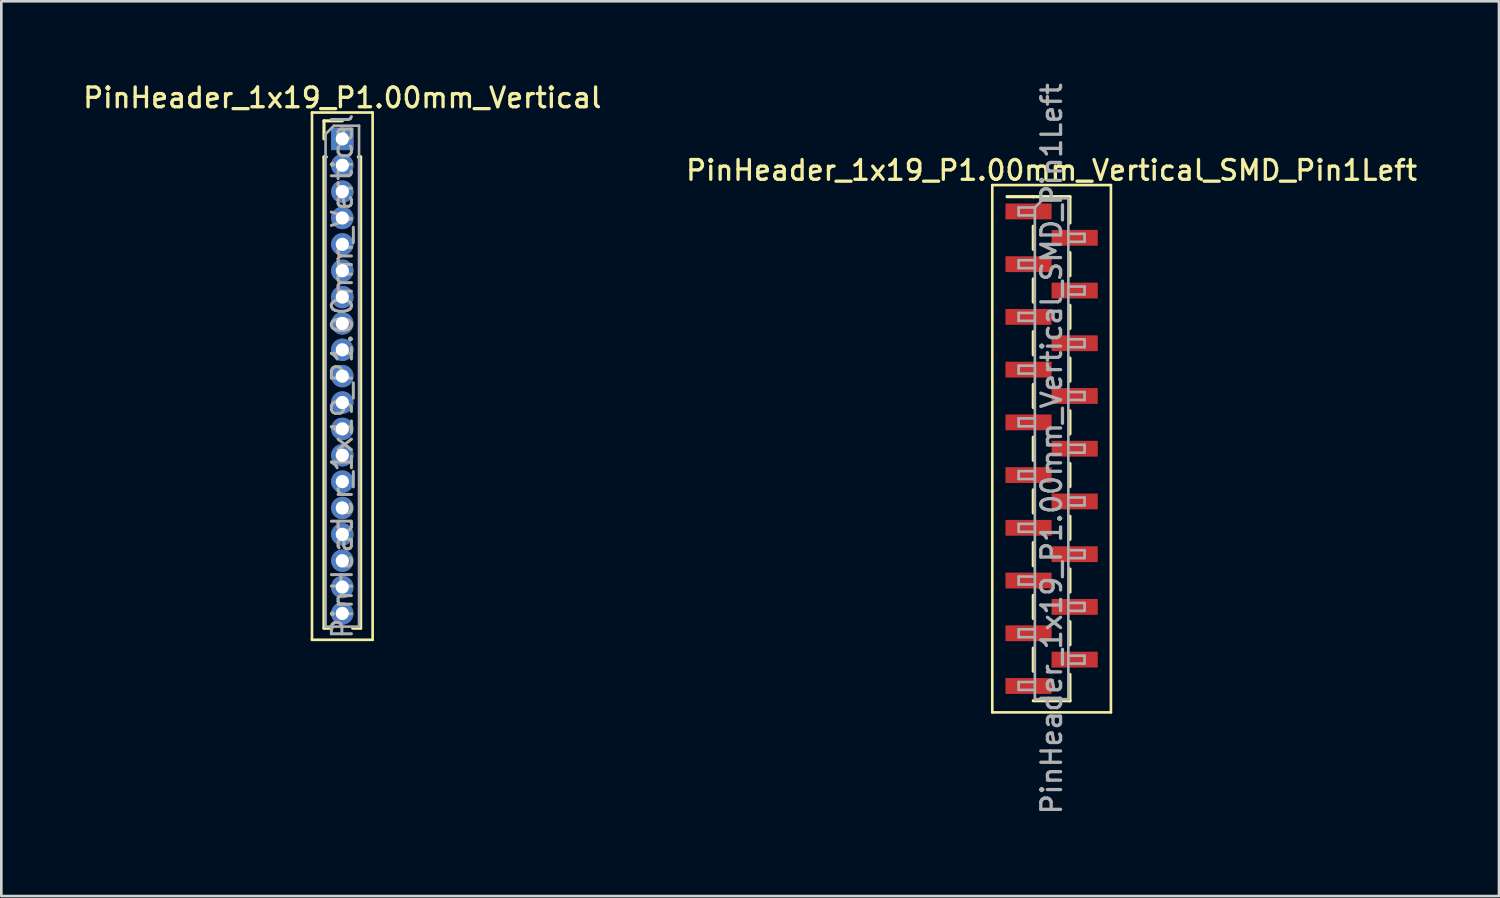
<source format=kicad_pcb>
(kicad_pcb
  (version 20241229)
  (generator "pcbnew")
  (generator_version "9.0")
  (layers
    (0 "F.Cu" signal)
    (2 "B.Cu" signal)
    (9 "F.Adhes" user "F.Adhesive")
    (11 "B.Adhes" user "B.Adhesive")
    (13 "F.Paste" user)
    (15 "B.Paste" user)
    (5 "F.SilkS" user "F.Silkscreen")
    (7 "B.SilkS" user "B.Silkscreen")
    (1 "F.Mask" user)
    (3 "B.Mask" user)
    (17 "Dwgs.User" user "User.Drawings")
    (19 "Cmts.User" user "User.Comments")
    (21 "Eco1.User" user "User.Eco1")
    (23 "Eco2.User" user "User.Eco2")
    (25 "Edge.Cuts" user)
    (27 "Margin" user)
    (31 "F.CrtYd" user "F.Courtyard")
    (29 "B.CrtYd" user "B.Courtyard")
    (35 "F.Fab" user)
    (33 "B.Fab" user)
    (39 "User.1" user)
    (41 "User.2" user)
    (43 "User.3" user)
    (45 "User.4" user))
  (footprint "PinHeader_1x19_P1.00mm_Vertical_SMD_Pin1Left"
    (layer "F.Cu")
    (at 36.838 13.97)
    (property "Reference" "PinHeader_1x19_P1.00mm_Vertical_SMD_Pin1Left" (at 0 -10.56 0) (layer "F.SilkS") (effects (font (size 0.75 0.75) (thickness 0.125))))
    (attr smd)
    (fp_line (start -2.25 -10) (end -2.25 10) (stroke (width 0.1) (type solid)) (layer "F.SilkS"))
    (fp_line (start -2.25 10) (end 2.25 10) (stroke (width 0.1) (type solid)) (layer "F.SilkS"))
    (fp_line (start -0.695 -9.56) (end -1.69 -9.56) (stroke (width 0.12) (type solid)) (layer "F.SilkS"))
    (fp_line (start -0.695 -9.56) (end -0.695 -9.56) (stroke (width 0.12) (type solid)) (layer "F.SilkS"))
    (fp_line (start -0.695 -9.56) (end 0.695 -9.56) (stroke (width 0.12) (type solid)) (layer "F.SilkS"))
    (fp_line (start -0.695 -8.44) (end -0.695 -7.56) (stroke (width 0.12) (type solid)) (layer "F.SilkS"))
    (fp_line (start -0.695 -6.44) (end -0.695 -5.56) (stroke (width 0.12) (type solid)) (layer "F.SilkS"))
    (fp_line (start -0.695 -4.44) (end -0.695 -3.56) (stroke (width 0.12) (type solid)) (layer "F.SilkS"))
    (fp_line (start -0.695 -2.44) (end -0.695 -1.56) (stroke (width 0.12) (type solid)) (layer "F.SilkS"))
    (fp_line (start -0.695 -0.44) (end -0.695 0.44) (stroke (width 0.12) (type solid)) (layer "F.SilkS"))
    (fp_line (start -0.695 1.56) (end -0.695 2.44) (stroke (width 0.12) (type solid)) (layer "F.SilkS"))
    (fp_line (start -0.695 3.56) (end -0.695 4.44) (stroke (width 0.12) (type solid)) (layer "F.SilkS"))
    (fp_line (start -0.695 5.56) (end -0.695 6.44) (stroke (width 0.12) (type solid)) (layer "F.SilkS"))
    (fp_line (start -0.695 7.56) (end -0.695 8.44) (stroke (width 0.12) (type solid)) (layer "F.SilkS"))
    (fp_line (start -0.695 9.56) (end 0.695 9.56) (stroke (width 0.12) (type solid)) (layer "F.SilkS"))
    (fp_line (start 0.695 -9.56) (end 0.695 -8.56) (stroke (width 0.12) (type solid)) (layer "F.SilkS"))
    (fp_line (start 0.695 -7.44) (end 0.695 -6.56) (stroke (width 0.12) (type solid)) (layer "F.SilkS"))
    (fp_line (start 0.695 -5.44) (end 0.695 -4.56) (stroke (width 0.12) (type solid)) (layer "F.SilkS"))
    (fp_line (start 0.695 -3.44) (end 0.695 -2.56) (stroke (width 0.12) (type solid)) (layer "F.SilkS"))
    (fp_line (start 0.695 -1.44) (end 0.695 -0.56) (stroke (width 0.12) (type solid)) (layer "F.SilkS"))
    (fp_line (start 0.695 0.56) (end 0.695 1.44) (stroke (width 0.12) (type solid)) (layer "F.SilkS"))
    (fp_line (start 0.695 2.56) (end 0.695 3.44) (stroke (width 0.12) (type solid)) (layer "F.SilkS"))
    (fp_line (start 0.695 4.56) (end 0.695 5.44) (stroke (width 0.12) (type solid)) (layer "F.SilkS"))
    (fp_line (start 0.695 6.56) (end 0.695 7.44) (stroke (width 0.12) (type solid)) (layer "F.SilkS"))
    (fp_line (start 0.695 8.56) (end 0.695 9.56) (stroke (width 0.12) (type solid)) (layer "F.SilkS"))
    (fp_line (start 0.695 9.56) (end 0.695 9.56) (stroke (width 0.12) (type solid)) (layer "F.SilkS"))
    (fp_line (start 2.25 -10) (end -2.25 -10) (stroke (width 0.1) (type solid)) (layer "F.SilkS"))
    (fp_line (start 2.25 10) (end 2.25 -10) (stroke (width 0.1) (type solid)) (layer "F.SilkS"))
    (fp_line (start -1.25 -9.15) (end -1.25 -8.85) (stroke (width 0.1) (type solid)) (layer "F.Fab"))
    (fp_line (start -1.25 -8.85) (end -0.635 -8.85) (stroke (width 0.1) (type solid)) (layer "F.Fab"))
    (fp_line (start -1.25 -7.15) (end -1.25 -6.85) (stroke (width 0.1) (type solid)) (layer "F.Fab"))
    (fp_line (start -1.25 -6.85) (end -0.635 -6.85) (stroke (width 0.1) (type solid)) (layer "F.Fab"))
    (fp_line (start -1.25 -5.15) (end -1.25 -4.85) (stroke (width 0.1) (type solid)) (layer "F.Fab"))
    (fp_line (start -1.25 -4.85) (end -0.635 -4.85) (stroke (width 0.1) (type solid)) (layer "F.Fab"))
    (fp_line (start -1.25 -3.15) (end -1.25 -2.85) (stroke (width 0.1) (type solid)) (layer "F.Fab"))
    (fp_line (start -1.25 -2.85) (end -0.635 -2.85) (stroke (width 0.1) (type solid)) (layer "F.Fab"))
    (fp_line (start -1.25 -1.15) (end -1.25 -0.85) (stroke (width 0.1) (type solid)) (layer "F.Fab"))
    (fp_line (start -1.25 -0.85) (end -0.635 -0.85) (stroke (width 0.1) (type solid)) (layer "F.Fab"))
    (fp_line (start -1.25 0.85) (end -1.25 1.15) (stroke (width 0.1) (type solid)) (layer "F.Fab"))
    (fp_line (start -1.25 1.15) (end -0.635 1.15) (stroke (width 0.1) (type solid)) (layer "F.Fab"))
    (fp_line (start -1.25 2.85) (end -1.25 3.15) (stroke (width 0.1) (type solid)) (layer "F.Fab"))
    (fp_line (start -1.25 3.15) (end -0.635 3.15) (stroke (width 0.1) (type solid)) (layer "F.Fab"))
    (fp_line (start -1.25 4.85) (end -1.25 5.15) (stroke (width 0.1) (type solid)) (layer "F.Fab"))
    (fp_line (start -1.25 5.15) (end -0.635 5.15) (stroke (width 0.1) (type solid)) (layer "F.Fab"))
    (fp_line (start -1.25 6.85) (end -1.25 7.15) (stroke (width 0.1) (type solid)) (layer "F.Fab"))
    (fp_line (start -1.25 7.15) (end -0.635 7.15) (stroke (width 0.1) (type solid)) (layer "F.Fab"))
    (fp_line (start -1.25 8.85) (end -1.25 9.15) (stroke (width 0.1) (type solid)) (layer "F.Fab"))
    (fp_line (start -1.25 9.15) (end -0.635 9.15) (stroke (width 0.1) (type solid)) (layer "F.Fab"))
    (fp_line (start -0.635 -9.15) (end -1.25 -9.15) (stroke (width 0.1) (type solid)) (layer "F.Fab"))
    (fp_line (start -0.635 -9.15) (end -0.285 -9.5) (stroke (width 0.1) (type solid)) (layer "F.Fab"))
    (fp_line (start -0.635 -7.15) (end -1.25 -7.15) (stroke (width 0.1) (type solid)) (layer "F.Fab"))
    (fp_line (start -0.635 -5.15) (end -1.25 -5.15) (stroke (width 0.1) (type solid)) (layer "F.Fab"))
    (fp_line (start -0.635 -3.15) (end -1.25 -3.15) (stroke (width 0.1) (type solid)) (layer "F.Fab"))
    (fp_line (start -0.635 -1.15) (end -1.25 -1.15) (stroke (width 0.1) (type solid)) (layer "F.Fab"))
    (fp_line (start -0.635 0.85) (end -1.25 0.85) (stroke (width 0.1) (type solid)) (layer "F.Fab"))
    (fp_line (start -0.635 2.85) (end -1.25 2.85) (stroke (width 0.1) (type solid)) (layer "F.Fab"))
    (fp_line (start -0.635 4.85) (end -1.25 4.85) (stroke (width 0.1) (type solid)) (layer "F.Fab"))
    (fp_line (start -0.635 6.85) (end -1.25 6.85) (stroke (width 0.1) (type solid)) (layer "F.Fab"))
    (fp_line (start -0.635 8.85) (end -1.25 8.85) (stroke (width 0.1) (type solid)) (layer "F.Fab"))
    (fp_line (start -0.635 9.5) (end -0.635 -9.15) (stroke (width 0.1) (type solid)) (layer "F.Fab"))
    (fp_line (start -0.285 -9.5) (end 0.635 -9.5) (stroke (width 0.1) (type solid)) (layer "F.Fab"))
    (fp_line (start 0.635 -9.5) (end 0.635 9.5) (stroke (width 0.1) (type solid)) (layer "F.Fab"))
    (fp_line (start 0.635 -8.15) (end 1.25 -8.15) (stroke (width 0.1) (type solid)) (layer "F.Fab"))
    (fp_line (start 0.635 -6.15) (end 1.25 -6.15) (stroke (width 0.1) (type solid)) (layer "F.Fab"))
    (fp_line (start 0.635 -4.15) (end 1.25 -4.15) (stroke (width 0.1) (type solid)) (layer "F.Fab"))
    (fp_line (start 0.635 -2.15) (end 1.25 -2.15) (stroke (width 0.1) (type solid)) (layer "F.Fab"))
    (fp_line (start 0.635 -0.15) (end 1.25 -0.15) (stroke (width 0.1) (type solid)) (layer "F.Fab"))
    (fp_line (start 0.635 1.85) (end 1.25 1.85) (stroke (width 0.1) (type solid)) (layer "F.Fab"))
    (fp_line (start 0.635 3.85) (end 1.25 3.85) (stroke (width 0.1) (type solid)) (layer "F.Fab"))
    (fp_line (start 0.635 5.85) (end 1.25 5.85) (stroke (width 0.1) (type solid)) (layer "F.Fab"))
    (fp_line (start 0.635 7.85) (end 1.25 7.85) (stroke (width 0.1) (type solid)) (layer "F.Fab"))
    (fp_line (start 0.635 9.5) (end -0.635 9.5) (stroke (width 0.1) (type solid)) (layer "F.Fab"))
    (fp_line (start 1.25 -8.15) (end 1.25 -7.85) (stroke (width 0.1) (type solid)) (layer "F.Fab"))
    (fp_line (start 1.25 -7.85) (end 0.635 -7.85) (stroke (width 0.1) (type solid)) (layer "F.Fab"))
    (fp_line (start 1.25 -6.15) (end 1.25 -5.85) (stroke (width 0.1) (type solid)) (layer "F.Fab"))
    (fp_line (start 1.25 -5.85) (end 0.635 -5.85) (stroke (width 0.1) (type solid)) (layer "F.Fab"))
    (fp_line (start 1.25 -4.15) (end 1.25 -3.85) (stroke (width 0.1) (type solid)) (layer "F.Fab"))
    (fp_line (start 1.25 -3.85) (end 0.635 -3.85) (stroke (width 0.1) (type solid)) (layer "F.Fab"))
    (fp_line (start 1.25 -2.15) (end 1.25 -1.85) (stroke (width 0.1) (type solid)) (layer "F.Fab"))
    (fp_line (start 1.25 -1.85) (end 0.635 -1.85) (stroke (width 0.1) (type solid)) (layer "F.Fab"))
    (fp_line (start 1.25 -0.15) (end 1.25 0.15) (stroke (width 0.1) (type solid)) (layer "F.Fab"))
    (fp_line (start 1.25 0.15) (end 0.635 0.15) (stroke (width 0.1) (type solid)) (layer "F.Fab"))
    (fp_line (start 1.25 1.85) (end 1.25 2.15) (stroke (width 0.1) (type solid)) (layer "F.Fab"))
    (fp_line (start 1.25 2.15) (end 0.635 2.15) (stroke (width 0.1) (type solid)) (layer "F.Fab"))
    (fp_line (start 1.25 3.85) (end 1.25 4.15) (stroke (width 0.1) (type solid)) (layer "F.Fab"))
    (fp_line (start 1.25 4.15) (end 0.635 4.15) (stroke (width 0.1) (type solid)) (layer "F.Fab"))
    (fp_line (start 1.25 5.85) (end 1.25 6.15) (stroke (width 0.1) (type solid)) (layer "F.Fab"))
    (fp_line (start 1.25 6.15) (end 0.635 6.15) (stroke (width 0.1) (type solid)) (layer "F.Fab"))
    (fp_line (start 1.25 7.85) (end 1.25 8.15) (stroke (width 0.1) (type solid)) (layer "F.Fab"))
    (fp_line (start 1.25 8.15) (end 0.635 8.15) (stroke (width 0.1) (type solid)) (layer "F.Fab"))
    (fp_text user "${REFERENCE}" (at 0 0 90) (layer "F.Fab") (effects (font (size 0.75 0.75) (thickness 0.125))))
    (pad "1" smd rect (at -0.875 -9) (size 1.75 0.6) (layers "F.Cu" "F.Mask" "F.Paste"))
    (pad "2" smd rect (at 0.875 -8) (size 1.75 0.6) (layers "F.Cu" "F.Mask" "F.Paste"))
    (pad "3" smd rect (at -0.875 -7) (size 1.75 0.6) (layers "F.Cu" "F.Mask" "F.Paste"))
    (pad "4" smd rect (at 0.875 -6) (size 1.75 0.6) (layers "F.Cu" "F.Mask" "F.Paste"))
    (pad "5" smd rect (at -0.875 -5) (size 1.75 0.6) (layers "F.Cu" "F.Mask" "F.Paste"))
    (pad "6" smd rect (at 0.875 -4) (size 1.75 0.6) (layers "F.Cu" "F.Mask" "F.Paste"))
    (pad "7" smd rect (at -0.875 -3) (size 1.75 0.6) (layers "F.Cu" "F.Mask" "F.Paste"))
    (pad "8" smd rect (at 0.875 -2) (size 1.75 0.6) (layers "F.Cu" "F.Mask" "F.Paste"))
    (pad "9" smd rect (at -0.875 -1) (size 1.75 0.6) (layers "F.Cu" "F.Mask" "F.Paste"))
    (pad "10" smd rect (at 0.875 0) (size 1.75 0.6) (layers "F.Cu" "F.Mask" "F.Paste"))
    (pad "11" smd rect (at -0.875 1) (size 1.75 0.6) (layers "F.Cu" "F.Mask" "F.Paste"))
    (pad "12" smd rect (at 0.875 2) (size 1.75 0.6) (layers "F.Cu" "F.Mask" "F.Paste"))
    (pad "13" smd rect (at -0.875 3) (size 1.75 0.6) (layers "F.Cu" "F.Mask" "F.Paste"))
    (pad "14" smd rect (at 0.875 4) (size 1.75 0.6) (layers "F.Cu" "F.Mask" "F.Paste"))
    (pad "15" smd rect (at -0.875 5) (size 1.75 0.6) (layers "F.Cu" "F.Mask" "F.Paste"))
    (pad "16" smd rect (at 0.875 6) (size 1.75 0.6) (layers "F.Cu" "F.Mask" "F.Paste"))
    (pad "17" smd rect (at -0.875 7) (size 1.75 0.6) (layers "F.Cu" "F.Mask" "F.Paste"))
    (pad "18" smd rect (at 0.875 8) (size 1.75 0.6) (layers "F.Cu" "F.Mask" "F.Paste"))
    (pad "19" smd rect (at -0.875 9) (size 1.75 0.6) (layers "F.Cu" "F.Mask" "F.Paste")))
  (footprint "PinHeader_1x19_P1.00mm_Vertical"
    (layer "F.Cu")
    (at 9.934 2.218)
    (property "Reference" "PinHeader_1x19_P1.00mm_Vertical" (at 0 -1.56 0) (layer "F.SilkS") (effects (font (size 0.75 0.75) (thickness 0.125))))
    (attr through_hole)
    (fp_line (start -1.15 -1) (end -1.15 19) (stroke (width 0.1) (type solid)) (layer "F.SilkS"))
    (fp_line (start -1.15 19) (end 1.15 19) (stroke (width 0.1) (type solid)) (layer "F.SilkS"))
    (fp_line (start -0.695 -0.685) (end 0 -0.685) (stroke (width 0.12) (type solid)) (layer "F.SilkS"))
    (fp_line (start -0.695 0) (end -0.695 -0.685) (stroke (width 0.12) (type solid)) (layer "F.SilkS"))
    (fp_line (start -0.695 0.685) (end -0.695 18.56) (stroke (width 0.12) (type solid)) (layer "F.SilkS"))
    (fp_line (start -0.695 0.685) (end -0.608 0.685) (stroke (width 0.12) (type solid)) (layer "F.SilkS"))
    (fp_line (start -0.695 18.56) (end -0.394 18.56) (stroke (width 0.12) (type solid)) (layer "F.SilkS"))
    (fp_line (start 0.394 18.56) (end 0.695 18.56) (stroke (width 0.12) (type solid)) (layer "F.SilkS"))
    (fp_line (start 0.608 0.685) (end 0.695 0.685) (stroke (width 0.12) (type solid)) (layer "F.SilkS"))
    (fp_line (start 0.695 0.685) (end 0.695 18.56) (stroke (width 0.12) (type solid)) (layer "F.SilkS"))
    (fp_line (start 1.15 -1) (end -1.15 -1) (stroke (width 0.1) (type solid)) (layer "F.SilkS"))
    (fp_line (start 1.15 19) (end 1.15 -1) (stroke (width 0.1) (type solid)) (layer "F.SilkS"))
    (fp_line (start -0.635 -0.182) (end -0.318 -0.5) (stroke (width 0.1) (type solid)) (layer "F.Fab"))
    (fp_line (start -0.635 18.5) (end -0.635 -0.182) (stroke (width 0.1) (type solid)) (layer "F.Fab"))
    (fp_line (start -0.318 -0.5) (end 0.635 -0.5) (stroke (width 0.1) (type solid)) (layer "F.Fab"))
    (fp_line (start 0.635 -0.5) (end 0.635 18.5) (stroke (width 0.1) (type solid)) (layer "F.Fab"))
    (fp_line (start 0.635 18.5) (end -0.635 18.5) (stroke (width 0.1) (type solid)) (layer "F.Fab"))
    (fp_text user "${REFERENCE}" (at 0 9 90) (layer "F.Fab") (effects (font (size 0.76 0.76) (thickness 0.114))))
    (pad "1" thru_hole rect (at 0 0) (size 0.85 0.85) (drill 0.5) (layers "*.Cu" "*.Mask"))
    (pad "2" thru_hole oval (at 0 1) (size 0.85 0.85) (drill 0.5) (layers "*.Cu" "*.Mask"))
    (pad "3" thru_hole oval (at 0 2) (size 0.85 0.85) (drill 0.5) (layers "*.Cu" "*.Mask"))
    (pad "4" thru_hole oval (at 0 3) (size 0.85 0.85) (drill 0.5) (layers "*.Cu" "*.Mask"))
    (pad "5" thru_hole oval (at 0 4) (size 0.85 0.85) (drill 0.5) (layers "*.Cu" "*.Mask"))
    (pad "6" thru_hole oval (at 0 5) (size 0.85 0.85) (drill 0.5) (layers "*.Cu" "*.Mask"))
    (pad "7" thru_hole oval (at 0 6) (size 0.85 0.85) (drill 0.5) (layers "*.Cu" "*.Mask"))
    (pad "8" thru_hole oval (at 0 7) (size 0.85 0.85) (drill 0.5) (layers "*.Cu" "*.Mask"))
    (pad "9" thru_hole oval (at 0 8) (size 0.85 0.85) (drill 0.5) (layers "*.Cu" "*.Mask"))
    (pad "10" thru_hole oval (at 0 9) (size 0.85 0.85) (drill 0.5) (layers "*.Cu" "*.Mask"))
    (pad "11" thru_hole oval (at 0 10) (size 0.85 0.85) (drill 0.5) (layers "*.Cu" "*.Mask"))
    (pad "12" thru_hole oval (at 0 11) (size 0.85 0.85) (drill 0.5) (layers "*.Cu" "*.Mask"))
    (pad "13" thru_hole oval (at 0 12) (size 0.85 0.85) (drill 0.5) (layers "*.Cu" "*.Mask"))
    (pad "14" thru_hole oval (at 0 13) (size 0.85 0.85) (drill 0.5) (layers "*.Cu" "*.Mask"))
    (pad "15" thru_hole oval (at 0 14) (size 0.85 0.85) (drill 0.5) (layers "*.Cu" "*.Mask"))
    (pad "16" thru_hole oval (at 0 15) (size 0.85 0.85) (drill 0.5) (layers "*.Cu" "*.Mask"))
    (pad "17" thru_hole oval (at 0 16) (size 0.85 0.85) (drill 0.5) (layers "*.Cu" "*.Mask"))
    (pad "18" thru_hole oval (at 0 17) (size 0.85 0.85) (drill 0.5) (layers "*.Cu" "*.Mask"))
    (pad "19" thru_hole oval (at 0 18) (size 0.85 0.85) (drill 0.5) (layers "*.Cu" "*.Mask")))
  (gr_rect
    (start -3 -3)
    (end 53.807 30.939)
    (stroke (width 0.1) (type default))
    (fill no)
    (layer "Edge.Cuts")))
</source>
